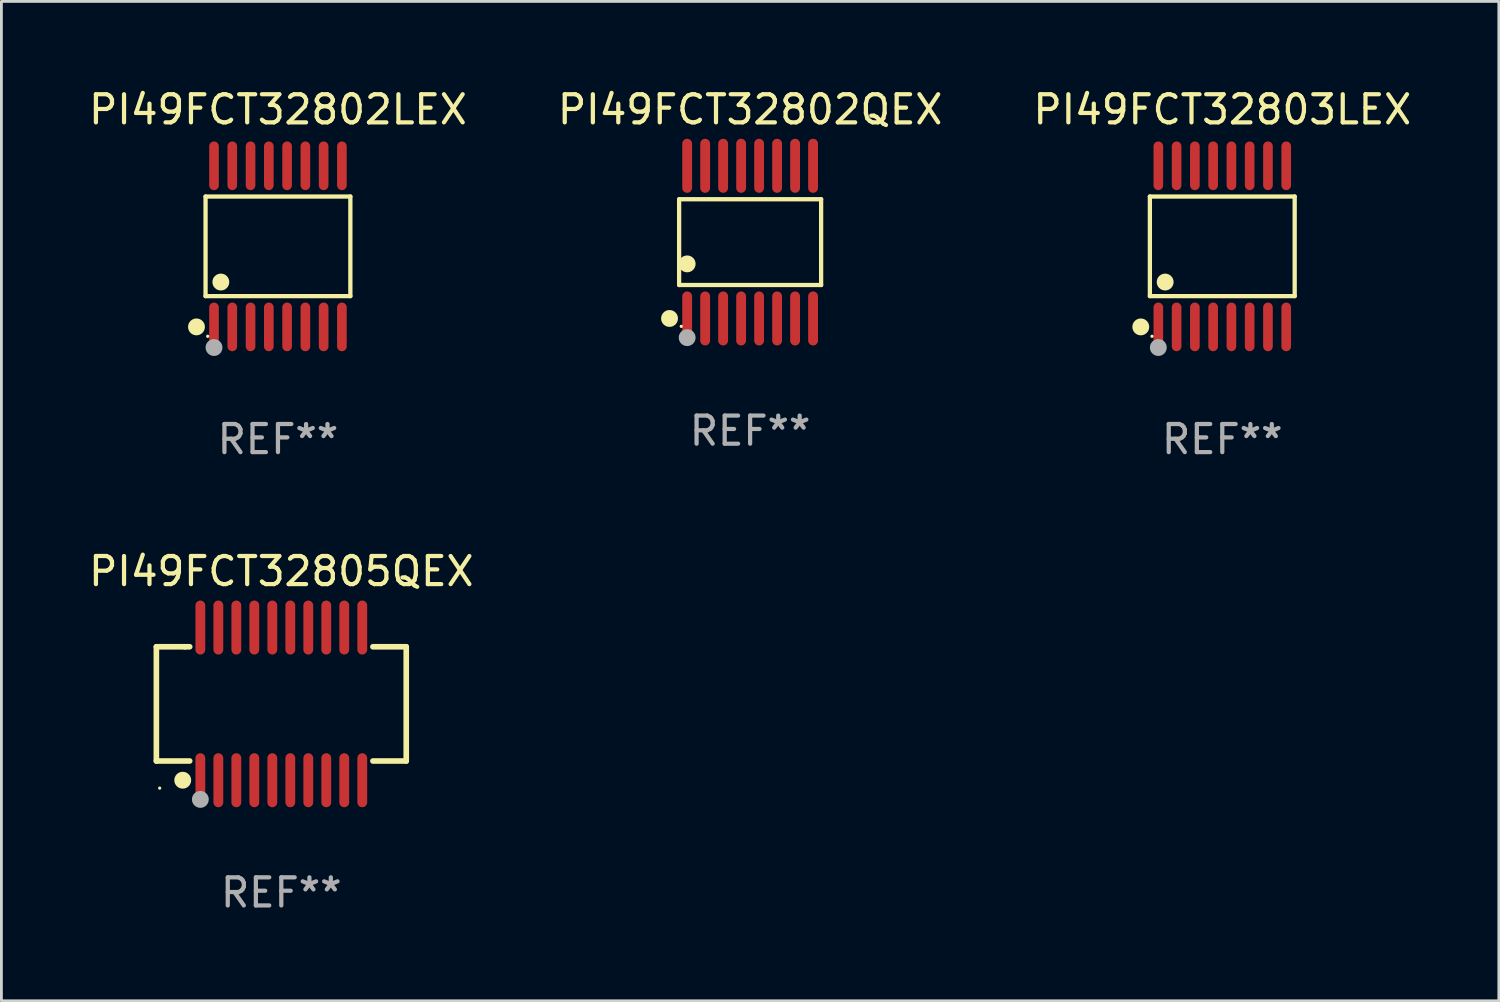
<source format=kicad_pcb>
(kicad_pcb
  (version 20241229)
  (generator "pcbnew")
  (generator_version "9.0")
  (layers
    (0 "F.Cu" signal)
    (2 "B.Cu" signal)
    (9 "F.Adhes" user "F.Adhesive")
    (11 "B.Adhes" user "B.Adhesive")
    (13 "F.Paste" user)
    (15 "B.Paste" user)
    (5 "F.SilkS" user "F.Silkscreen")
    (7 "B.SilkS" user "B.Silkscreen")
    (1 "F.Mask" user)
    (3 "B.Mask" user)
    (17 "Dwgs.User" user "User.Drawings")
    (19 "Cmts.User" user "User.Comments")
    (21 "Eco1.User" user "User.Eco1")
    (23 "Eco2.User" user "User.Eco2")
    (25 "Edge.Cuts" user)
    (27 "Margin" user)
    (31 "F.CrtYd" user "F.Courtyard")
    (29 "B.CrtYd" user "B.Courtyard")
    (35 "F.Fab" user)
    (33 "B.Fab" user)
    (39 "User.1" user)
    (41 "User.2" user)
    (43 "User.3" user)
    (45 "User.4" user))
  (footprint "PI49FCT32802LEX"
    (layer "F.Cu")
    (at 6.839 5.714)
    (property "Reference" "PI49FCT32802LEX" (at 0 -4.866 0) (layer "F.SilkS") (effects (font (size 1 1) (thickness 0.15))))
    (attr through_hole)
    (fp_line (start -2.576 -1.772) (end 2.576 -1.772) (stroke (width 0.152) (type solid)) (layer "F.SilkS"))
    (fp_line (start -2.576 1.771) (end -2.576 -1.772) (stroke (width 0.152) (type solid)) (layer "F.SilkS"))
    (fp_line (start 2.576 -1.772) (end 2.576 1.771) (stroke (width 0.152) (type solid)) (layer "F.SilkS"))
    (fp_line (start 2.576 1.771) (end -2.576 1.771) (stroke (width 0.152) (type solid)) (layer "F.SilkS"))
    (fp_circle (center -2.899 2.866) (end -2.749 2.866) (stroke (width 0.3) (type solid)) (fill no) (layer "F.SilkS"))
    (fp_circle (center -2.5 3.2) (end -2.47 3.2) (stroke (width 0.06) (type solid)) (fill no) (layer "F.SilkS"))
    (fp_circle (center -2.032 1.27) (end -1.882 1.27) (stroke (width 0.3) (type solid)) (fill no) (layer "F.SilkS"))
    (fp_circle (center -2.275 3.6) (end -2.125 3.6) (stroke (width 0.3) (type solid)) (fill no) (layer "F.Fab"))
    (fp_text user "REF**" (at 0 6.866 0) (layer "F.Fab") (effects (font (size 1 1) (thickness 0.15))))
    (pad "1" smd oval (at -2.275 2.866) (size 0.343 1.731) (layers "F.Cu" "F.Mask" "F.Paste"))
    (pad "2" smd oval (at -1.625 2.866) (size 0.343 1.731) (layers "F.Cu" "F.Mask" "F.Paste"))
    (pad "3" smd oval (at -0.975 2.866) (size 0.343 1.731) (layers "F.Cu" "F.Mask" "F.Paste"))
    (pad "4" smd oval (at -0.325 2.866) (size 0.343 1.731) (layers "F.Cu" "F.Mask" "F.Paste"))
    (pad "5" smd oval (at 0.325 2.866) (size 0.343 1.731) (layers "F.Cu" "F.Mask" "F.Paste"))
    (pad "6" smd oval (at 0.975 2.866) (size 0.343 1.731) (layers "F.Cu" "F.Mask" "F.Paste"))
    (pad "7" smd oval (at 1.625 2.866) (size 0.343 1.731) (layers "F.Cu" "F.Mask" "F.Paste"))
    (pad "8" smd oval (at 2.275 2.866) (size 0.343 1.731) (layers "F.Cu" "F.Mask" "F.Paste"))
    (pad "9" smd oval (at 2.275 -2.866) (size 0.343 1.731) (layers "F.Cu" "F.Mask" "F.Paste"))
    (pad "10" smd oval (at 1.625 -2.866) (size 0.343 1.731) (layers "F.Cu" "F.Mask" "F.Paste"))
    (pad "11" smd oval (at 0.975 -2.866) (size 0.343 1.731) (layers "F.Cu" "F.Mask" "F.Paste"))
    (pad "12" smd oval (at 0.325 -2.866) (size 0.343 1.731) (layers "F.Cu" "F.Mask" "F.Paste"))
    (pad "13" smd oval (at -0.325 -2.866) (size 0.343 1.731) (layers "F.Cu" "F.Mask" "F.Paste"))
    (pad "14" smd oval (at -0.975 -2.866) (size 0.343 1.731) (layers "F.Cu" "F.Mask" "F.Paste"))
    (pad "15" smd oval (at -1.625 -2.866) (size 0.343 1.731) (layers "F.Cu" "F.Mask" "F.Paste"))
    (pad "16" smd oval (at -2.275 -2.866) (size 0.343 1.731) (layers "F.Cu" "F.Mask" "F.Paste")))
  (footprint "PI49FCT32805QEX"
    (layer "F.Cu")
    (at 6.958 21.992)
    (property "Reference" "PI49FCT32805QEX" (at 0 -4.716 0) (layer "F.SilkS") (effects (font (size 1 1) (thickness 0.15))))
    (attr through_hole)
    (fp_line (start -4.445 -2.032) (end -4.445 2.032) (stroke (width 0.2) (type solid)) (layer "F.SilkS"))
    (fp_line (start -4.445 2.032) (end -3.259 2.032) (stroke (width 0.2) (type solid)) (layer "F.SilkS"))
    (fp_line (start -3.429 -2.032) (end -4.445 -2.032) (stroke (width 0.2) (type solid)) (layer "F.SilkS"))
    (fp_line (start -3.259 -2.032) (end -3.429 -2.032) (stroke (width 0.2) (type solid)) (layer "F.SilkS"))
    (fp_line (start 3.259 2.032) (end 4.445 2.032) (stroke (width 0.2) (type solid)) (layer "F.SilkS"))
    (fp_line (start 4.445 -2.032) (end 3.259 -2.032) (stroke (width 0.2) (type solid)) (layer "F.SilkS"))
    (fp_line (start 4.445 2.032) (end 4.445 -2.032) (stroke (width 0.2) (type solid)) (layer "F.SilkS"))
    (fp_circle (center -4.327 2.997) (end -4.297 2.997) (stroke (width 0.06) (type solid)) (fill no) (layer "F.SilkS"))
    (fp_circle (center -3.507 2.716) (end -3.357 2.716) (stroke (width 0.3) (type solid)) (fill no) (layer "F.SilkS"))
    (fp_circle (center -2.88 3.398) (end -2.73 3.398) (stroke (width 0.3) (type solid)) (fill no) (layer "F.Fab"))
    (fp_text user "REF**" (at 0 6.716 0) (layer "F.Fab") (effects (font (size 1 1) (thickness 0.15))))
    (pad "1" smd oval (at -2.88 2.716) (size 0.35 1.922) (layers "F.Cu" "F.Mask" "F.Paste"))
    (pad "2" smd oval (at -2.24 2.716) (size 0.35 1.922) (layers "F.Cu" "F.Mask" "F.Paste"))
    (pad "3" smd oval (at -1.6 2.716) (size 0.35 1.922) (layers "F.Cu" "F.Mask" "F.Paste"))
    (pad "4" smd oval (at -0.96 2.716) (size 0.35 1.922) (layers "F.Cu" "F.Mask" "F.Paste"))
    (pad "5" smd oval (at -0.32 2.716) (size 0.35 1.922) (layers "F.Cu" "F.Mask" "F.Paste"))
    (pad "6" smd oval (at 0.32 2.716) (size 0.35 1.922) (layers "F.Cu" "F.Mask" "F.Paste"))
    (pad "7" smd oval (at 0.96 2.716) (size 0.35 1.922) (layers "F.Cu" "F.Mask" "F.Paste"))
    (pad "8" smd oval (at 1.6 2.716) (size 0.35 1.922) (layers "F.Cu" "F.Mask" "F.Paste"))
    (pad "9" smd oval (at 2.24 2.716) (size 0.35 1.922) (layers "F.Cu" "F.Mask" "F.Paste"))
    (pad "10" smd oval (at 2.88 2.716) (size 0.35 1.922) (layers "F.Cu" "F.Mask" "F.Paste"))
    (pad "11" smd oval (at 2.88 -2.716) (size 0.35 1.922) (layers "F.Cu" "F.Mask" "F.Paste"))
    (pad "12" smd oval (at 2.24 -2.716) (size 0.35 1.922) (layers "F.Cu" "F.Mask" "F.Paste"))
    (pad "13" smd oval (at 1.6 -2.716) (size 0.35 1.922) (layers "F.Cu" "F.Mask" "F.Paste"))
    (pad "14" smd oval (at 0.96 -2.716) (size 0.35 1.922) (layers "F.Cu" "F.Mask" "F.Paste"))
    (pad "15" smd oval (at 0.32 -2.716) (size 0.35 1.922) (layers "F.Cu" "F.Mask" "F.Paste"))
    (pad "16" smd oval (at -0.32 -2.716) (size 0.35 1.922) (layers "F.Cu" "F.Mask" "F.Paste"))
    (pad "17" smd oval (at -0.96 -2.716) (size 0.35 1.922) (layers "F.Cu" "F.Mask" "F.Paste"))
    (pad "18" smd oval (at -1.6 -2.716) (size 0.35 1.922) (layers "F.Cu" "F.Mask" "F.Paste"))
    (pad "19" smd oval (at -2.24 -2.716) (size 0.35 1.922) (layers "F.Cu" "F.Mask" "F.Paste"))
    (pad "20" smd oval (at -2.88 -2.716) (size 0.35 1.922) (layers "F.Cu" "F.Mask" "F.Paste")))
  (footprint "PI49FCT32802QEX"
    (layer "F.Cu")
    (at 23.637 5.564)
    (property "Reference" "PI49FCT32802QEX" (at 0 -4.716 0) (layer "F.SilkS") (effects (font (size 1 1) (thickness 0.15))))
    (attr through_hole)
    (fp_line (start -2.526 -1.526) (end 2.526 -1.526) (stroke (width 0.152) (type solid)) (layer "F.SilkS"))
    (fp_line (start -2.526 1.526) (end -2.526 -1.526) (stroke (width 0.152) (type solid)) (layer "F.SilkS"))
    (fp_line (start 2.526 -1.526) (end 2.526 1.526) (stroke (width 0.152) (type solid)) (layer "F.SilkS"))
    (fp_line (start 2.526 1.526) (end -2.526 1.526) (stroke (width 0.152) (type solid)) (layer "F.SilkS"))
    (fp_circle (center -2.867 2.716) (end -2.717 2.716) (stroke (width 0.3) (type solid)) (fill no) (layer "F.SilkS"))
    (fp_circle (center -2.45 2.997) (end -2.42 2.997) (stroke (width 0.06) (type solid)) (fill no) (layer "F.SilkS"))
    (fp_circle (center -2.24 0.774) (end -2.09 0.774) (stroke (width 0.3) (type solid)) (fill no) (layer "F.SilkS"))
    (fp_circle (center -2.24 3.398) (end -2.09 3.398) (stroke (width 0.3) (type solid)) (fill no) (layer "F.Fab"))
    (fp_text user "REF**" (at 0 6.716 0) (layer "F.Fab") (effects (font (size 1 1) (thickness 0.15))))
    (pad "1" smd oval (at -2.24 2.716) (size 0.35 1.922) (layers "F.Cu" "F.Mask" "F.Paste"))
    (pad "2" smd oval (at -1.6 2.716) (size 0.35 1.922) (layers "F.Cu" "F.Mask" "F.Paste"))
    (pad "3" smd oval (at -0.96 2.716) (size 0.35 1.922) (layers "F.Cu" "F.Mask" "F.Paste"))
    (pad "4" smd oval (at -0.32 2.716) (size 0.35 1.922) (layers "F.Cu" "F.Mask" "F.Paste"))
    (pad "5" smd oval (at 0.32 2.716) (size 0.35 1.922) (layers "F.Cu" "F.Mask" "F.Paste"))
    (pad "6" smd oval (at 0.96 2.716) (size 0.35 1.922) (layers "F.Cu" "F.Mask" "F.Paste"))
    (pad "7" smd oval (at 1.6 2.716) (size 0.35 1.922) (layers "F.Cu" "F.Mask" "F.Paste"))
    (pad "8" smd oval (at 2.24 2.716) (size 0.35 1.922) (layers "F.Cu" "F.Mask" "F.Paste"))
    (pad "9" smd oval (at 2.24 -2.716) (size 0.35 1.922) (layers "F.Cu" "F.Mask" "F.Paste"))
    (pad "10" smd oval (at 1.6 -2.716) (size 0.35 1.922) (layers "F.Cu" "F.Mask" "F.Paste"))
    (pad "11" smd oval (at 0.96 -2.716) (size 0.35 1.922) (layers "F.Cu" "F.Mask" "F.Paste"))
    (pad "12" smd oval (at 0.32 -2.716) (size 0.35 1.922) (layers "F.Cu" "F.Mask" "F.Paste"))
    (pad "13" smd oval (at -0.32 -2.716) (size 0.35 1.922) (layers "F.Cu" "F.Mask" "F.Paste"))
    (pad "14" smd oval (at -0.96 -2.716) (size 0.35 1.922) (layers "F.Cu" "F.Mask" "F.Paste"))
    (pad "15" smd oval (at -1.6 -2.716) (size 0.35 1.922) (layers "F.Cu" "F.Mask" "F.Paste"))
    (pad "16" smd oval (at -2.24 -2.716) (size 0.35 1.922) (layers "F.Cu" "F.Mask" "F.Paste")))
  (footprint "PI49FCT32803LEX"
    (layer "F.Cu")
    (at 40.435 5.714)
    (property "Reference" "PI49FCT32803LEX" (at 0 -4.866 0) (layer "F.SilkS") (effects (font (size 1 1) (thickness 0.15))))
    (attr through_hole)
    (fp_line (start -2.576 -1.772) (end 2.576 -1.772) (stroke (width 0.152) (type solid)) (layer "F.SilkS"))
    (fp_line (start -2.576 1.771) (end -2.576 -1.772) (stroke (width 0.152) (type solid)) (layer "F.SilkS"))
    (fp_line (start 2.576 -1.772) (end 2.576 1.771) (stroke (width 0.152) (type solid)) (layer "F.SilkS"))
    (fp_line (start 2.576 1.771) (end -2.576 1.771) (stroke (width 0.152) (type solid)) (layer "F.SilkS"))
    (fp_circle (center -2.899 2.866) (end -2.749 2.866) (stroke (width 0.3) (type solid)) (fill no) (layer "F.SilkS"))
    (fp_circle (center -2.5 3.2) (end -2.47 3.2) (stroke (width 0.06) (type solid)) (fill no) (layer "F.SilkS"))
    (fp_circle (center -2.032 1.27) (end -1.882 1.27) (stroke (width 0.3) (type solid)) (fill no) (layer "F.SilkS"))
    (fp_circle (center -2.275 3.6) (end -2.125 3.6) (stroke (width 0.3) (type solid)) (fill no) (layer "F.Fab"))
    (fp_text user "REF**" (at 0 6.866 0) (layer "F.Fab") (effects (font (size 1 1) (thickness 0.15))))
    (pad "1" smd oval (at -2.275 2.866) (size 0.343 1.731) (layers "F.Cu" "F.Mask" "F.Paste"))
    (pad "2" smd oval (at -1.625 2.866) (size 0.343 1.731) (layers "F.Cu" "F.Mask" "F.Paste"))
    (pad "3" smd oval (at -0.975 2.866) (size 0.343 1.731) (layers "F.Cu" "F.Mask" "F.Paste"))
    (pad "4" smd oval (at -0.325 2.866) (size 0.343 1.731) (layers "F.Cu" "F.Mask" "F.Paste"))
    (pad "5" smd oval (at 0.325 2.866) (size 0.343 1.731) (layers "F.Cu" "F.Mask" "F.Paste"))
    (pad "6" smd oval (at 0.975 2.866) (size 0.343 1.731) (layers "F.Cu" "F.Mask" "F.Paste"))
    (pad "7" smd oval (at 1.625 2.866) (size 0.343 1.731) (layers "F.Cu" "F.Mask" "F.Paste"))
    (pad "8" smd oval (at 2.275 2.866) (size 0.343 1.731) (layers "F.Cu" "F.Mask" "F.Paste"))
    (pad "9" smd oval (at 2.275 -2.866) (size 0.343 1.731) (layers "F.Cu" "F.Mask" "F.Paste"))
    (pad "10" smd oval (at 1.625 -2.866) (size 0.343 1.731) (layers "F.Cu" "F.Mask" "F.Paste"))
    (pad "11" smd oval (at 0.975 -2.866) (size 0.343 1.731) (layers "F.Cu" "F.Mask" "F.Paste"))
    (pad "12" smd oval (at 0.325 -2.866) (size 0.343 1.731) (layers "F.Cu" "F.Mask" "F.Paste"))
    (pad "13" smd oval (at -0.325 -2.866) (size 0.343 1.731) (layers "F.Cu" "F.Mask" "F.Paste"))
    (pad "14" smd oval (at -0.975 -2.866) (size 0.343 1.731) (layers "F.Cu" "F.Mask" "F.Paste"))
    (pad "15" smd oval (at -1.625 -2.866) (size 0.343 1.731) (layers "F.Cu" "F.Mask" "F.Paste"))
    (pad "16" smd oval (at -2.275 -2.866) (size 0.343 1.731) (layers "F.Cu" "F.Mask" "F.Paste")))
  (gr_rect
    (start -3 -3)
    (end 50.274 32.556)
    (stroke (width 0.1) (type default))
    (fill no)
    (layer "Edge.Cuts")))
</source>
